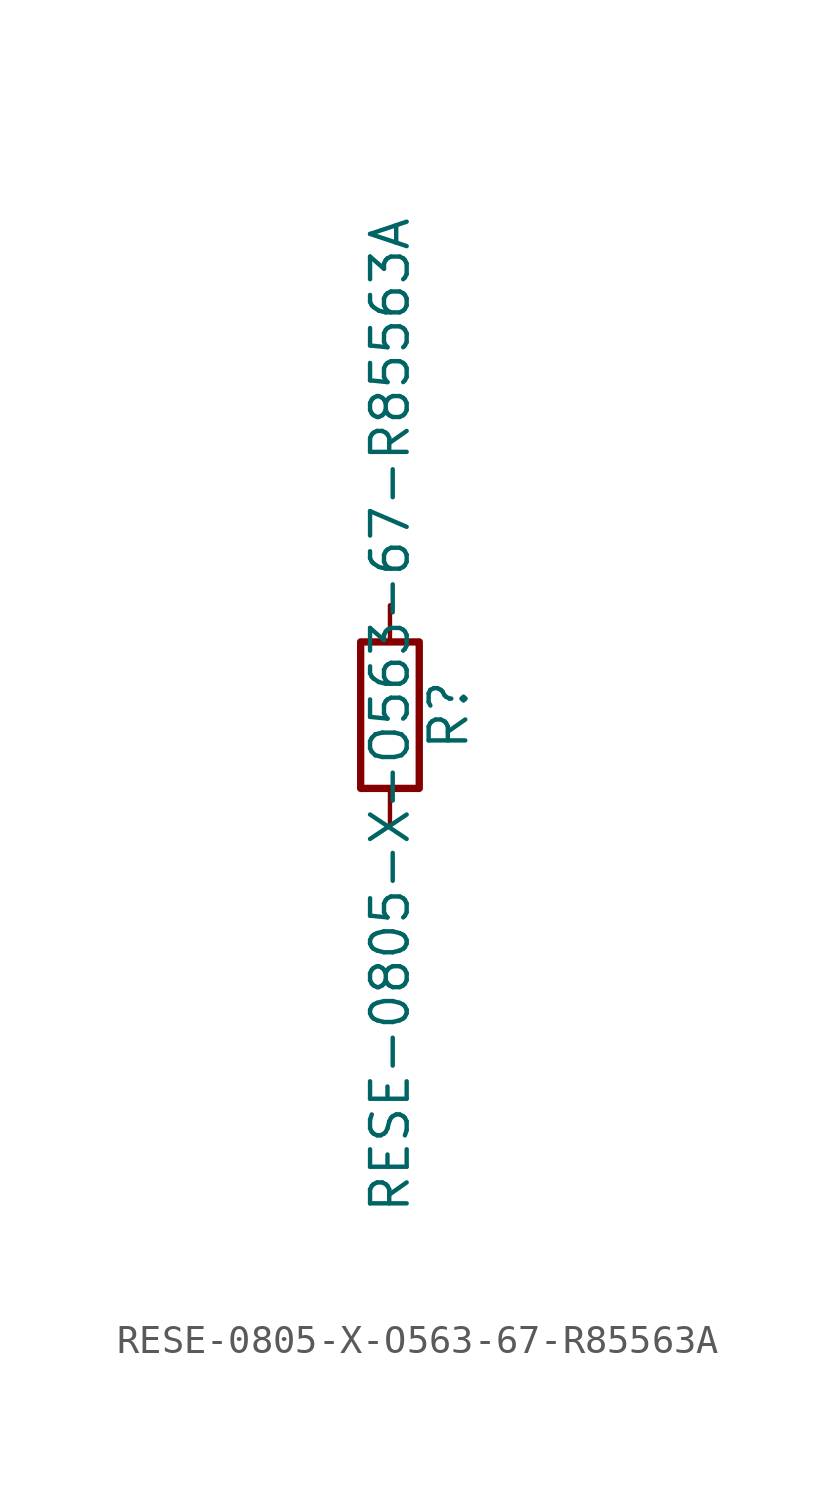
<source format=kicad_sym>
(kicad_symbol_lib
  (version 20211014)
  (generator kicad_symbol_editor)
  (symbol "RESE-0805-X-O563-67-R85563A"
    (pin_numbers hide)
    (pin_names
      (offset 0))
    (property "Reference" "R"
      (at 2.032 0 90)
      (effects (font (size 1.27 1.27))))
    (property "Value" "RESE-0805-X-O563-67-R85563A"
      (at 0 0 90)
      (effects (font (size 1.27 1.27))))
    (symbol "RESE-0805-X-O563-67-R85563A_0_1"
      (rectangle (start -1.016 -2.54) (end 1.016 2.54) (stroke (width 0.254) (type default) (color 0 0 0 0)) (fill (type none))))
    (symbol "RESE-0805-X-O563-67-R85563A_1_1"
      (pin passive line (at 0 3.81 270) (length 1.27) (name "~" (effects (font (size 1.27 1.27)))) (number "1" (effects (font (size 1.27 1.27)))))
      (pin passive line (at 0 -3.81 90) (length 1.27) (name "~" (effects (font (size 1.27 1.27)))) (number "2" (effects (font (size 1.27 1.27))))))))
</source>
